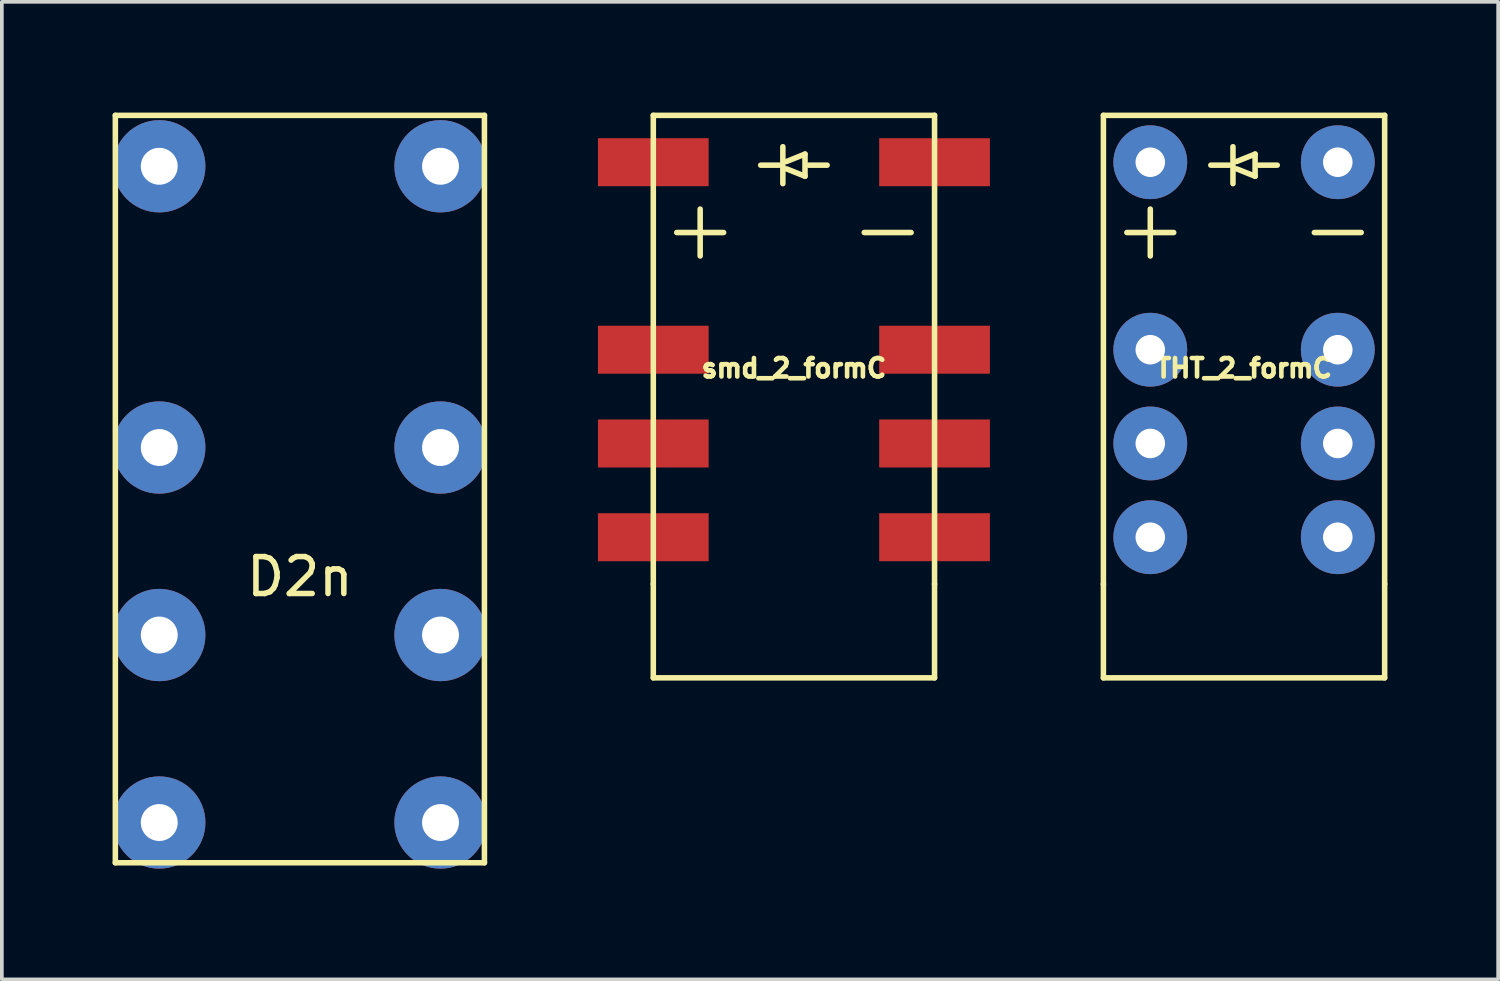
<source format=kicad_pcb>
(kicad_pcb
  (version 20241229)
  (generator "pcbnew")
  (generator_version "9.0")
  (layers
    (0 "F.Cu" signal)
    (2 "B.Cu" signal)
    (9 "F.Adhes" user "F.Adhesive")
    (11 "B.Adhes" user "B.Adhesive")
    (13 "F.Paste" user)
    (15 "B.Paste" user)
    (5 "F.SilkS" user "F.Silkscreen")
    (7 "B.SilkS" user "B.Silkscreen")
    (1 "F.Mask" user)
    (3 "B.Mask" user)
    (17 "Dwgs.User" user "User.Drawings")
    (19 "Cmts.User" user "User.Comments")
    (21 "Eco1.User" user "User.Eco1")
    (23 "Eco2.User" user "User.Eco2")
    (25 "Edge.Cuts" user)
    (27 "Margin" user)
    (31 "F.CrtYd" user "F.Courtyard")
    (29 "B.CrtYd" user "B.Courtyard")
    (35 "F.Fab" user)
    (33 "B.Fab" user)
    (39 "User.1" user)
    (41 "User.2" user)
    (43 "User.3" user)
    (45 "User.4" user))
  (footprint "THT_2_formC"
    (layer "F.Cu")
    (at 30.655 6.425)
    (property "Reference" "THT_2_formC" (at 0 0.5 0) (layer "F.SilkS") (effects (font (size 0.5 0.5) (thickness 0.125))))
    (attr through_hole)
    (fp_line (start -3.81 -6.35) (end -3.81 6.35) (stroke (width 0.15) (type solid)) (layer "F.SilkS"))
    (fp_line (start -3.81 -6.35) (end 3.81 -6.35) (stroke (width 0.15) (type solid)) (layer "F.SilkS"))
    (fp_line (start -3.81 8.89) (end -3.81 6.35) (stroke (width 0.15) (type solid)) (layer "F.SilkS"))
    (fp_line (start -2.54 -3.81) (end -2.54 -2.54) (stroke (width 0.15) (type solid)) (layer "F.SilkS"))
    (fp_line (start -1.905 -3.175) (end -3.175 -3.175) (stroke (width 0.15) (type solid)) (layer "F.SilkS"))
    (fp_line (start -0.4 -5) (end -0.9 -5) (stroke (width 0.15) (type solid)) (layer "F.SilkS"))
    (fp_line (start -0.3 -5.5) (end -0.3 -4.5) (stroke (width 0.15) (type solid)) (layer "F.SilkS"))
    (fp_line (start -0.2 -5.1) (end 0.3 -5.3) (stroke (width 0.15) (type solid)) (layer "F.SilkS"))
    (fp_line (start 0.3 -5.3) (end 0.3 -4.7) (stroke (width 0.15) (type solid)) (layer "F.SilkS"))
    (fp_line (start 0.3 -4.7) (end -0.2 -4.9) (stroke (width 0.15) (type solid)) (layer "F.SilkS"))
    (fp_line (start 0.4 -5) (end 0.9 -5) (stroke (width 0.15) (type solid)) (layer "F.SilkS"))
    (fp_line (start 1.905 -3.175) (end 3.175 -3.175) (stroke (width 0.15) (type solid)) (layer "F.SilkS"))
    (fp_line (start 3.81 -6.35) (end 3.81 6.35) (stroke (width 0.15) (type solid)) (layer "F.SilkS"))
    (fp_line (start 3.81 6.35) (end 3.81 8.89) (stroke (width 0.15) (type solid)) (layer "F.SilkS"))
    (fp_line (start 3.81 8.89) (end -3.81 8.89) (stroke (width 0.15) (type solid)) (layer "F.SilkS"))
    (pad "1" thru_hole circle (at -2.54 -5.08) (size 2 2) (drill 0.8) (layers "*.Cu" "*.Mask"))
    (pad "3" thru_hole circle (at -2.54 0) (size 2 2) (drill 0.8) (layers "*.Cu" "*.Mask"))
    (pad "4" thru_hole circle (at -2.54 2.54) (size 2 2) (drill 0.8) (layers "*.Cu" "*.Mask"))
    (pad "5" thru_hole circle (at -2.54 5.08) (size 2 2) (drill 0.8) (layers "*.Cu" "*.Mask"))
    (pad "8" thru_hole circle (at 2.54 5.08) (size 2 2) (drill 0.8) (layers "*.Cu" "*.Mask"))
    (pad "9" thru_hole circle (at 2.54 2.54) (size 2 2) (drill 0.8) (layers "*.Cu" "*.Mask"))
    (pad "10" thru_hole circle (at 2.54 0) (size 2 2) (drill 0.8) (layers "*.Cu" "*.Mask"))
    (pad "12" thru_hole circle (at 2.54 -5.08) (size 2 2) (drill 0.8) (layers "*.Cu" "*.Mask")))
  (footprint "smd_2_formC"
    (layer "F.Cu")
    (at 18.46 6.425)
    (property "Reference" "smd_2_formC" (at 0 0.5 0) (layer "F.SilkS") (effects (font (size 0.5 0.5) (thickness 0.125))))
    (attr through_hole)
    (fp_line (start -3.81 -6.35) (end -3.81 6.35) (stroke (width 0.15) (type solid)) (layer "F.SilkS"))
    (fp_line (start -3.81 -6.35) (end 3.81 -6.35) (stroke (width 0.15) (type solid)) (layer "F.SilkS"))
    (fp_line (start -3.81 8.89) (end -3.81 6.35) (stroke (width 0.15) (type solid)) (layer "F.SilkS"))
    (fp_line (start -2.54 -3.81) (end -2.54 -2.54) (stroke (width 0.15) (type solid)) (layer "F.SilkS"))
    (fp_line (start -1.905 -3.175) (end -3.175 -3.175) (stroke (width 0.15) (type solid)) (layer "F.SilkS"))
    (fp_line (start -0.4 -5) (end -0.9 -5) (stroke (width 0.15) (type solid)) (layer "F.SilkS"))
    (fp_line (start -0.3 -5.5) (end -0.3 -4.5) (stroke (width 0.15) (type solid)) (layer "F.SilkS"))
    (fp_line (start -0.2 -5.1) (end 0.3 -5.3) (stroke (width 0.15) (type solid)) (layer "F.SilkS"))
    (fp_line (start 0.3 -5.3) (end 0.3 -4.7) (stroke (width 0.15) (type solid)) (layer "F.SilkS"))
    (fp_line (start 0.3 -4.7) (end -0.2 -4.9) (stroke (width 0.15) (type solid)) (layer "F.SilkS"))
    (fp_line (start 0.4 -5) (end 0.9 -5) (stroke (width 0.15) (type solid)) (layer "F.SilkS"))
    (fp_line (start 1.905 -3.175) (end 3.175 -3.175) (stroke (width 0.15) (type solid)) (layer "F.SilkS"))
    (fp_line (start 3.81 -6.35) (end 3.81 6.35) (stroke (width 0.15) (type solid)) (layer "F.SilkS"))
    (fp_line (start 3.81 6.35) (end 3.81 8.89) (stroke (width 0.15) (type solid)) (layer "F.SilkS"))
    (fp_line (start 3.81 8.89) (end -3.81 8.89) (stroke (width 0.15) (type solid)) (layer "F.SilkS"))
    (pad "1" smd rect (at -3.81 -5.08) (size 3 1.3) (layers "F.Cu" "F.Mask" "F.Paste"))
    (pad "3" smd rect (at -3.81 0) (size 3 1.3) (layers "F.Cu" "F.Mask" "F.Paste"))
    (pad "4" smd rect (at -3.81 2.54) (size 3 1.3) (layers "F.Cu" "F.Mask" "F.Paste"))
    (pad "5" smd rect (at -3.81 5.08) (size 3 1.3) (layers "F.Cu" "F.Mask" "F.Paste"))
    (pad "8" smd rect (at 3.81 5.08) (size 3 1.3) (layers "F.Cu" "F.Mask" "F.Paste"))
    (pad "9" smd rect (at 3.81 2.54) (size 3 1.3) (layers "F.Cu" "F.Mask" "F.Paste"))
    (pad "10" smd rect (at 3.81 0) (size 3 1.3) (layers "F.Cu" "F.Mask" "F.Paste"))
    (pad "12" smd rect (at 3.81 -5.08) (size 3 1.3) (layers "F.Cu" "F.Mask" "F.Paste")))
  (footprint "D2n"
    (layer "F.Cu")
    (at 5.075 9.075)
    (property "Reference" "D2n" (at 0 3.5 0) (layer "F.SilkS") (effects (font (size 1 1) (thickness 0.15))))
    (attr through_hole)
    (fp_line (start -5 -9) (end 5 -9) (stroke (width 0.15) (type solid)) (layer "F.SilkS"))
    (fp_line (start -5 11.25) (end -5 -9) (stroke (width 0.15) (type solid)) (layer "F.SilkS"))
    (fp_line (start -5 11.25) (end 5 11.25) (stroke (width 0.15) (type solid)) (layer "F.SilkS"))
    (fp_line (start 5 11.25) (end 5 -9) (stroke (width 0.15) (type solid)) (layer "F.SilkS"))
    (pad "1" thru_hole circle (at -3.81 -7.62) (size 2.5 2.5) (drill 1) (layers "*.Cu" "*.Mask"))
    (pad "4" thru_hole circle (at -3.81 0) (size 2.5 2.5) (drill 1) (layers "*.Cu" "*.Mask"))
    (pad "6" thru_hole circle (at -3.81 5.08) (size 2.5 2.5) (drill 1) (layers "*.Cu" "*.Mask"))
    (pad "8" thru_hole circle (at -3.81 10.16) (size 2.5 2.5) (drill 1) (layers "*.Cu" "*.Mask"))
    (pad "9" thru_hole circle (at 3.81 10.16) (size 2.5 2.5) (drill 1) (layers "*.Cu" "*.Mask"))
    (pad "11" thru_hole circle (at 3.81 5.08) (size 2.5 2.5) (drill 1) (layers "*.Cu" "*.Mask"))
    (pad "13" thru_hole circle (at 3.81 0) (size 2.5 2.5) (drill 1) (layers "*.Cu" "*.Mask"))
    (pad "16" thru_hole circle (at 3.81 -7.62) (size 2.5 2.5) (drill 1) (layers "*.Cu" "*.Mask")))
  (gr_rect
    (start -3 -3)
    (end 37.54 23.485)
    (stroke (width 0.1) (type default))
    (fill no)
    (layer "Edge.Cuts")))
</source>
